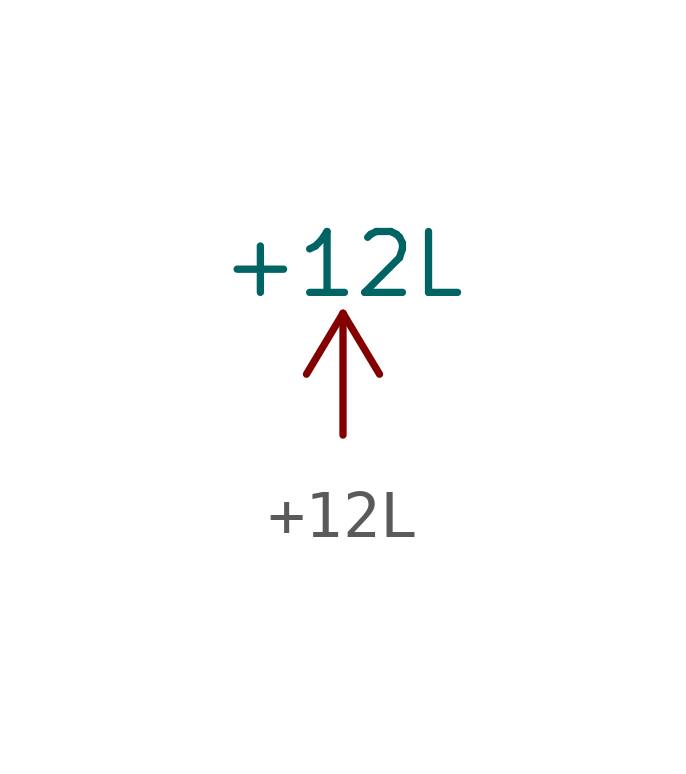
<source format=kicad_sym>
(kicad_symbol_lib
  (version 20220914)
  (generator kicad_symbol_editor)
  (symbol "+12L"
    (power)
    (pin_names
      (offset 0))
    (property "Reference" "#PWR"
      (at 0 -3.81 0)
      (effects (font (size 1.27 1.27)) hide))
    (property "Value" "+12L"
      (at 0 3.556 0)
      (effects (font (size 1.27 1.27))))
    (symbol "+12L_0_1"
      (polyline (pts (xy -0.762 1.27) (xy 0 2.54)) (stroke (width 0) (type default)) (fill (type none)))
      (polyline (pts (xy 0 0) (xy 0 2.54)) (stroke (width 0) (type default)) (fill (type none)))
      (polyline (pts (xy 0 2.54) (xy 0.762 1.27)) (stroke (width 0) (type default)) (fill (type none))))
    (symbol "+12L_1_1"
      (pin power_in line (at 0 0 90) (length 0) hide (name "+12L" (effects (font (size 1.27 1.27)))) (number "1" (effects (font (size 1.27 1.27))))))))
</source>
